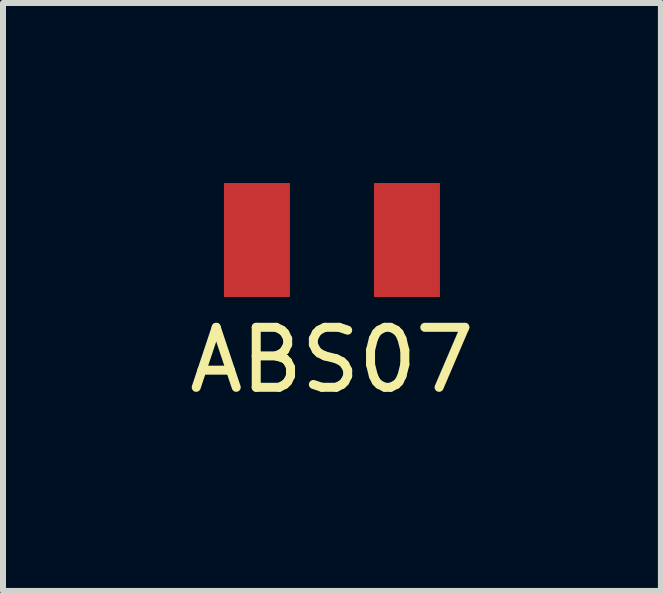
<source format=kicad_pcb>
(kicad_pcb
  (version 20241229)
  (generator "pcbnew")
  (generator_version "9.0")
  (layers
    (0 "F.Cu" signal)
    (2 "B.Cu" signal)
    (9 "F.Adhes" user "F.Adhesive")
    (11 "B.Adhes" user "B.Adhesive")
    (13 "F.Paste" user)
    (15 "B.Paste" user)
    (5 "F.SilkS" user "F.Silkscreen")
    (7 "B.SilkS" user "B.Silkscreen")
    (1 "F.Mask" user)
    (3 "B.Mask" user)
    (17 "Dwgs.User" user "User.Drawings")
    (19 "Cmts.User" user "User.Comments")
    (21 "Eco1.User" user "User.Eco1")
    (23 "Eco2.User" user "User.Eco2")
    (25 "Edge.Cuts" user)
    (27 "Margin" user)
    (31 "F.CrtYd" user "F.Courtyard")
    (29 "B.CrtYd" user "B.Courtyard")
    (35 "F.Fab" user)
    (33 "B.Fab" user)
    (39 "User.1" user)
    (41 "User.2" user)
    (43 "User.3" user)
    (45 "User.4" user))
  (footprint "ABS07"
    (layer "F.Cu")
    (at 2.482 0.95)
    (property "Reference" "ABS07" (at 0 2 0) (layer "F.SilkS") (effects (font (size 1 1) (thickness 0.15))))
    (attr through_hole)
    (pad "1" smd rect (at 1.25 0) (size 1.1 1.9) (layers "F.Cu" "F.Mask" "F.Paste"))
    (pad "2" smd rect (at -1.25 0) (size 1.1 1.9) (layers "F.Cu" "F.Mask" "F.Paste")))
  (gr_rect
    (start -3 -3)
    (end 7.964 6.798)
    (stroke (width 0.1) (type default))
    (fill no)
    (layer "Edge.Cuts")))
</source>
